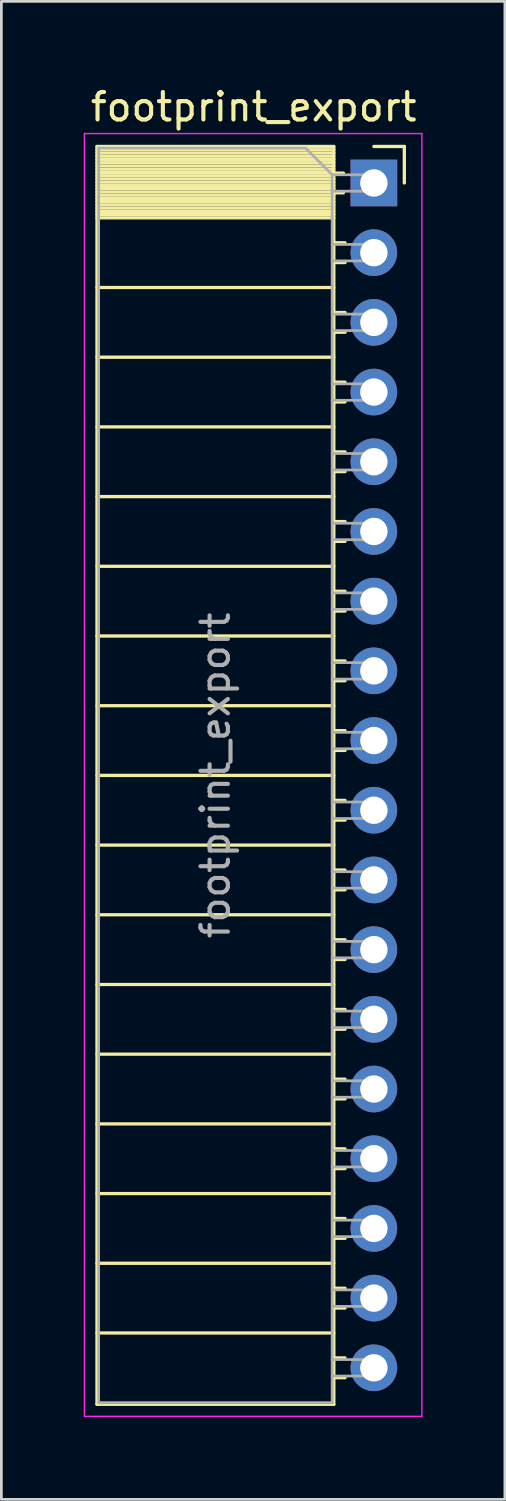
<source format=kicad_pcb>
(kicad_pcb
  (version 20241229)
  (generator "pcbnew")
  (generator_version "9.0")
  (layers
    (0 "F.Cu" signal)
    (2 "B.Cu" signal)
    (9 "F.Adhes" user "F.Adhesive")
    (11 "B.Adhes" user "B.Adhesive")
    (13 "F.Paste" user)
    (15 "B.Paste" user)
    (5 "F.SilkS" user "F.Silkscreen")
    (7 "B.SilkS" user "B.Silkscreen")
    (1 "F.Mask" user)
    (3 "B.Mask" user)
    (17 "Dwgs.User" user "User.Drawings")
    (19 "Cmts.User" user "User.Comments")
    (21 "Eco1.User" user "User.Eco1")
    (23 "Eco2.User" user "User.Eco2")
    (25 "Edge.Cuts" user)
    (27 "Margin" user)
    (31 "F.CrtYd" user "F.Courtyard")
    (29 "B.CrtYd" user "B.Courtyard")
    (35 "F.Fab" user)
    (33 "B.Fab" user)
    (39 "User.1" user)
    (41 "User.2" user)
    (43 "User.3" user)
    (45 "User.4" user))
  (footprint "footprint_export"
    (layer "F.Cu")
    (at 10.575 3.618)
    (property "Reference" "footprint_export" (at -4.38 -2.77 0) (layer "F.SilkS") (effects (font (size 1 1) (thickness 0.15))))
    (attr through_hole)
    (fp_line (start -10.09 -1.33) (end -10.09 44.51) (stroke (width 0.12) (type solid)) (layer "F.SilkS"))
    (fp_line (start -10.09 -1.33) (end -1.46 -1.33) (stroke (width 0.12) (type solid)) (layer "F.SilkS"))
    (fp_line (start -10.09 -1.21) (end -1.46 -1.21) (stroke (width 0.12) (type solid)) (layer "F.SilkS"))
    (fp_line (start -10.09 -1.092) (end -1.46 -1.092) (stroke (width 0.12) (type solid)) (layer "F.SilkS"))
    (fp_line (start -10.09 -0.974) (end -1.46 -0.974) (stroke (width 0.12) (type solid)) (layer "F.SilkS"))
    (fp_line (start -10.09 -0.856) (end -1.46 -0.856) (stroke (width 0.12) (type solid)) (layer "F.SilkS"))
    (fp_line (start -10.09 -0.738) (end -1.46 -0.738) (stroke (width 0.12) (type solid)) (layer "F.SilkS"))
    (fp_line (start -10.09 -0.62) (end -1.46 -0.62) (stroke (width 0.12) (type solid)) (layer "F.SilkS"))
    (fp_line (start -10.09 -0.501) (end -1.46 -0.501) (stroke (width 0.12) (type solid)) (layer "F.SilkS"))
    (fp_line (start -10.09 -0.383) (end -1.46 -0.383) (stroke (width 0.12) (type solid)) (layer "F.SilkS"))
    (fp_line (start -10.09 -0.265) (end -1.46 -0.265) (stroke (width 0.12) (type solid)) (layer "F.SilkS"))
    (fp_line (start -10.09 -0.147) (end -1.46 -0.147) (stroke (width 0.12) (type solid)) (layer "F.SilkS"))
    (fp_line (start -10.09 -0.029) (end -1.46 -0.029) (stroke (width 0.12) (type solid)) (layer "F.SilkS"))
    (fp_line (start -10.09 0.089) (end -1.46 0.089) (stroke (width 0.12) (type solid)) (layer "F.SilkS"))
    (fp_line (start -10.09 0.207) (end -1.46 0.207) (stroke (width 0.12) (type solid)) (layer "F.SilkS"))
    (fp_line (start -10.09 0.325) (end -1.46 0.325) (stroke (width 0.12) (type solid)) (layer "F.SilkS"))
    (fp_line (start -10.09 0.443) (end -1.46 0.443) (stroke (width 0.12) (type solid)) (layer "F.SilkS"))
    (fp_line (start -10.09 0.561) (end -1.46 0.561) (stroke (width 0.12) (type solid)) (layer "F.SilkS"))
    (fp_line (start -10.09 0.68) (end -1.46 0.68) (stroke (width 0.12) (type solid)) (layer "F.SilkS"))
    (fp_line (start -10.09 0.798) (end -1.46 0.798) (stroke (width 0.12) (type solid)) (layer "F.SilkS"))
    (fp_line (start -10.09 0.916) (end -1.46 0.916) (stroke (width 0.12) (type solid)) (layer "F.SilkS"))
    (fp_line (start -10.09 1.034) (end -1.46 1.034) (stroke (width 0.12) (type solid)) (layer "F.SilkS"))
    (fp_line (start -10.09 1.152) (end -1.46 1.152) (stroke (width 0.12) (type solid)) (layer "F.SilkS"))
    (fp_line (start -10.09 1.27) (end -1.46 1.27) (stroke (width 0.12) (type solid)) (layer "F.SilkS"))
    (fp_line (start -10.09 3.81) (end -1.46 3.81) (stroke (width 0.12) (type solid)) (layer "F.SilkS"))
    (fp_line (start -10.09 6.35) (end -1.46 6.35) (stroke (width 0.12) (type solid)) (layer "F.SilkS"))
    (fp_line (start -10.09 8.89) (end -1.46 8.89) (stroke (width 0.12) (type solid)) (layer "F.SilkS"))
    (fp_line (start -10.09 11.43) (end -1.46 11.43) (stroke (width 0.12) (type solid)) (layer "F.SilkS"))
    (fp_line (start -10.09 13.97) (end -1.46 13.97) (stroke (width 0.12) (type solid)) (layer "F.SilkS"))
    (fp_line (start -10.09 16.51) (end -1.46 16.51) (stroke (width 0.12) (type solid)) (layer "F.SilkS"))
    (fp_line (start -10.09 19.05) (end -1.46 19.05) (stroke (width 0.12) (type solid)) (layer "F.SilkS"))
    (fp_line (start -10.09 21.59) (end -1.46 21.59) (stroke (width 0.12) (type solid)) (layer "F.SilkS"))
    (fp_line (start -10.09 24.13) (end -1.46 24.13) (stroke (width 0.12) (type solid)) (layer "F.SilkS"))
    (fp_line (start -10.09 26.67) (end -1.46 26.67) (stroke (width 0.12) (type solid)) (layer "F.SilkS"))
    (fp_line (start -10.09 29.21) (end -1.46 29.21) (stroke (width 0.12) (type solid)) (layer "F.SilkS"))
    (fp_line (start -10.09 31.75) (end -1.46 31.75) (stroke (width 0.12) (type solid)) (layer "F.SilkS"))
    (fp_line (start -10.09 34.29) (end -1.46 34.29) (stroke (width 0.12) (type solid)) (layer "F.SilkS"))
    (fp_line (start -10.09 36.83) (end -1.46 36.83) (stroke (width 0.12) (type solid)) (layer "F.SilkS"))
    (fp_line (start -10.09 39.37) (end -1.46 39.37) (stroke (width 0.12) (type solid)) (layer "F.SilkS"))
    (fp_line (start -10.09 41.91) (end -1.46 41.91) (stroke (width 0.12) (type solid)) (layer "F.SilkS"))
    (fp_line (start -10.09 44.51) (end -1.46 44.51) (stroke (width 0.12) (type solid)) (layer "F.SilkS"))
    (fp_line (start -1.46 -1.33) (end -1.46 44.51) (stroke (width 0.12) (type solid)) (layer "F.SilkS"))
    (fp_line (start -1.46 -0.36) (end -1.11 -0.36) (stroke (width 0.12) (type solid)) (layer "F.SilkS"))
    (fp_line (start -1.46 0.36) (end -1.11 0.36) (stroke (width 0.12) (type solid)) (layer "F.SilkS"))
    (fp_line (start -1.46 2.18) (end -1.05 2.18) (stroke (width 0.12) (type solid)) (layer "F.SilkS"))
    (fp_line (start -1.46 2.9) (end -1.05 2.9) (stroke (width 0.12) (type solid)) (layer "F.SilkS"))
    (fp_line (start -1.46 4.72) (end -1.05 4.72) (stroke (width 0.12) (type solid)) (layer "F.SilkS"))
    (fp_line (start -1.46 5.44) (end -1.05 5.44) (stroke (width 0.12) (type solid)) (layer "F.SilkS"))
    (fp_line (start -1.46 7.26) (end -1.05 7.26) (stroke (width 0.12) (type solid)) (layer "F.SilkS"))
    (fp_line (start -1.46 7.98) (end -1.05 7.98) (stroke (width 0.12) (type solid)) (layer "F.SilkS"))
    (fp_line (start -1.46 9.8) (end -1.05 9.8) (stroke (width 0.12) (type solid)) (layer "F.SilkS"))
    (fp_line (start -1.46 10.52) (end -1.05 10.52) (stroke (width 0.12) (type solid)) (layer "F.SilkS"))
    (fp_line (start -1.46 12.34) (end -1.05 12.34) (stroke (width 0.12) (type solid)) (layer "F.SilkS"))
    (fp_line (start -1.46 13.06) (end -1.05 13.06) (stroke (width 0.12) (type solid)) (layer "F.SilkS"))
    (fp_line (start -1.46 14.88) (end -1.05 14.88) (stroke (width 0.12) (type solid)) (layer "F.SilkS"))
    (fp_line (start -1.46 15.6) (end -1.05 15.6) (stroke (width 0.12) (type solid)) (layer "F.SilkS"))
    (fp_line (start -1.46 17.42) (end -1.05 17.42) (stroke (width 0.12) (type solid)) (layer "F.SilkS"))
    (fp_line (start -1.46 18.14) (end -1.05 18.14) (stroke (width 0.12) (type solid)) (layer "F.SilkS"))
    (fp_line (start -1.46 19.96) (end -1.05 19.96) (stroke (width 0.12) (type solid)) (layer "F.SilkS"))
    (fp_line (start -1.46 20.68) (end -1.05 20.68) (stroke (width 0.12) (type solid)) (layer "F.SilkS"))
    (fp_line (start -1.46 22.5) (end -1.05 22.5) (stroke (width 0.12) (type solid)) (layer "F.SilkS"))
    (fp_line (start -1.46 23.22) (end -1.05 23.22) (stroke (width 0.12) (type solid)) (layer "F.SilkS"))
    (fp_line (start -1.46 25.04) (end -1.05 25.04) (stroke (width 0.12) (type solid)) (layer "F.SilkS"))
    (fp_line (start -1.46 25.76) (end -1.05 25.76) (stroke (width 0.12) (type solid)) (layer "F.SilkS"))
    (fp_line (start -1.46 27.58) (end -1.05 27.58) (stroke (width 0.12) (type solid)) (layer "F.SilkS"))
    (fp_line (start -1.46 28.3) (end -1.05 28.3) (stroke (width 0.12) (type solid)) (layer "F.SilkS"))
    (fp_line (start -1.46 30.12) (end -1.05 30.12) (stroke (width 0.12) (type solid)) (layer "F.SilkS"))
    (fp_line (start -1.46 30.84) (end -1.05 30.84) (stroke (width 0.12) (type solid)) (layer "F.SilkS"))
    (fp_line (start -1.46 32.66) (end -1.05 32.66) (stroke (width 0.12) (type solid)) (layer "F.SilkS"))
    (fp_line (start -1.46 33.38) (end -1.05 33.38) (stroke (width 0.12) (type solid)) (layer "F.SilkS"))
    (fp_line (start -1.46 35.2) (end -1.05 35.2) (stroke (width 0.12) (type solid)) (layer "F.SilkS"))
    (fp_line (start -1.46 35.92) (end -1.05 35.92) (stroke (width 0.12) (type solid)) (layer "F.SilkS"))
    (fp_line (start -1.46 37.74) (end -1.05 37.74) (stroke (width 0.12) (type solid)) (layer "F.SilkS"))
    (fp_line (start -1.46 38.46) (end -1.05 38.46) (stroke (width 0.12) (type solid)) (layer "F.SilkS"))
    (fp_line (start -1.46 40.28) (end -1.05 40.28) (stroke (width 0.12) (type solid)) (layer "F.SilkS"))
    (fp_line (start -1.46 41) (end -1.05 41) (stroke (width 0.12) (type solid)) (layer "F.SilkS"))
    (fp_line (start -1.46 42.82) (end -1.05 42.82) (stroke (width 0.12) (type solid)) (layer "F.SilkS"))
    (fp_line (start -1.46 43.54) (end -1.05 43.54) (stroke (width 0.12) (type solid)) (layer "F.SilkS"))
    (fp_line (start 0 -1.33) (end 1.11 -1.33) (stroke (width 0.12) (type solid)) (layer "F.SilkS"))
    (fp_line (start 1.11 -1.33) (end 1.11 0) (stroke (width 0.12) (type solid)) (layer "F.SilkS"))
    (fp_line (start -10.55 -1.8) (end -10.55 44.95) (stroke (width 0.05) (type solid)) (layer "F.CrtYd"))
    (fp_line (start -10.55 44.95) (end 1.75 44.95) (stroke (width 0.05) (type solid)) (layer "F.CrtYd"))
    (fp_line (start 1.75 -1.8) (end -10.55 -1.8) (stroke (width 0.05) (type solid)) (layer "F.CrtYd"))
    (fp_line (start 1.75 44.95) (end 1.75 -1.8) (stroke (width 0.05) (type solid)) (layer "F.CrtYd"))
    (fp_line (start -10.03 -1.27) (end -2.49 -1.27) (stroke (width 0.1) (type solid)) (layer "F.Fab"))
    (fp_line (start -10.03 44.45) (end -10.03 -1.27) (stroke (width 0.1) (type solid)) (layer "F.Fab"))
    (fp_line (start -2.49 -1.27) (end -1.52 -0.3) (stroke (width 0.1) (type solid)) (layer "F.Fab"))
    (fp_line (start -1.52 -0.3) (end -1.52 44.45) (stroke (width 0.1) (type solid)) (layer "F.Fab"))
    (fp_line (start -1.52 0.3) (end 0 0.3) (stroke (width 0.1) (type solid)) (layer "F.Fab"))
    (fp_line (start -1.52 2.84) (end 0 2.84) (stroke (width 0.1) (type solid)) (layer "F.Fab"))
    (fp_line (start -1.52 5.38) (end 0 5.38) (stroke (width 0.1) (type solid)) (layer "F.Fab"))
    (fp_line (start -1.52 7.92) (end 0 7.92) (stroke (width 0.1) (type solid)) (layer "F.Fab"))
    (fp_line (start -1.52 10.46) (end 0 10.46) (stroke (width 0.1) (type solid)) (layer "F.Fab"))
    (fp_line (start -1.52 13) (end 0 13) (stroke (width 0.1) (type solid)) (layer "F.Fab"))
    (fp_line (start -1.52 15.54) (end 0 15.54) (stroke (width 0.1) (type solid)) (layer "F.Fab"))
    (fp_line (start -1.52 18.08) (end 0 18.08) (stroke (width 0.1) (type solid)) (layer "F.Fab"))
    (fp_line (start -1.52 20.62) (end 0 20.62) (stroke (width 0.1) (type solid)) (layer "F.Fab"))
    (fp_line (start -1.52 23.16) (end 0 23.16) (stroke (width 0.1) (type solid)) (layer "F.Fab"))
    (fp_line (start -1.52 25.7) (end 0 25.7) (stroke (width 0.1) (type solid)) (layer "F.Fab"))
    (fp_line (start -1.52 28.24) (end 0 28.24) (stroke (width 0.1) (type solid)) (layer "F.Fab"))
    (fp_line (start -1.52 30.78) (end 0 30.78) (stroke (width 0.1) (type solid)) (layer "F.Fab"))
    (fp_line (start -1.52 33.32) (end 0 33.32) (stroke (width 0.1) (type solid)) (layer "F.Fab"))
    (fp_line (start -1.52 35.86) (end 0 35.86) (stroke (width 0.1) (type solid)) (layer "F.Fab"))
    (fp_line (start -1.52 38.4) (end 0 38.4) (stroke (width 0.1) (type solid)) (layer "F.Fab"))
    (fp_line (start -1.52 40.94) (end 0 40.94) (stroke (width 0.1) (type solid)) (layer "F.Fab"))
    (fp_line (start -1.52 43.48) (end 0 43.48) (stroke (width 0.1) (type solid)) (layer "F.Fab"))
    (fp_line (start -1.52 44.45) (end -10.03 44.45) (stroke (width 0.1) (type solid)) (layer "F.Fab"))
    (fp_line (start 0 -0.3) (end -1.52 -0.3) (stroke (width 0.1) (type solid)) (layer "F.Fab"))
    (fp_line (start 0 0.3) (end 0 -0.3) (stroke (width 0.1) (type solid)) (layer "F.Fab"))
    (fp_line (start 0 2.24) (end -1.52 2.24) (stroke (width 0.1) (type solid)) (layer "F.Fab"))
    (fp_line (start 0 2.84) (end 0 2.24) (stroke (width 0.1) (type solid)) (layer "F.Fab"))
    (fp_line (start 0 4.78) (end -1.52 4.78) (stroke (width 0.1) (type solid)) (layer "F.Fab"))
    (fp_line (start 0 5.38) (end 0 4.78) (stroke (width 0.1) (type solid)) (layer "F.Fab"))
    (fp_line (start 0 7.32) (end -1.52 7.32) (stroke (width 0.1) (type solid)) (layer "F.Fab"))
    (fp_line (start 0 7.92) (end 0 7.32) (stroke (width 0.1) (type solid)) (layer "F.Fab"))
    (fp_line (start 0 9.86) (end -1.52 9.86) (stroke (width 0.1) (type solid)) (layer "F.Fab"))
    (fp_line (start 0 10.46) (end 0 9.86) (stroke (width 0.1) (type solid)) (layer "F.Fab"))
    (fp_line (start 0 12.4) (end -1.52 12.4) (stroke (width 0.1) (type solid)) (layer "F.Fab"))
    (fp_line (start 0 13) (end 0 12.4) (stroke (width 0.1) (type solid)) (layer "F.Fab"))
    (fp_line (start 0 14.94) (end -1.52 14.94) (stroke (width 0.1) (type solid)) (layer "F.Fab"))
    (fp_line (start 0 15.54) (end 0 14.94) (stroke (width 0.1) (type solid)) (layer "F.Fab"))
    (fp_line (start 0 17.48) (end -1.52 17.48) (stroke (width 0.1) (type solid)) (layer "F.Fab"))
    (fp_line (start 0 18.08) (end 0 17.48) (stroke (width 0.1) (type solid)) (layer "F.Fab"))
    (fp_line (start 0 20.02) (end -1.52 20.02) (stroke (width 0.1) (type solid)) (layer "F.Fab"))
    (fp_line (start 0 20.62) (end 0 20.02) (stroke (width 0.1) (type solid)) (layer "F.Fab"))
    (fp_line (start 0 22.56) (end -1.52 22.56) (stroke (width 0.1) (type solid)) (layer "F.Fab"))
    (fp_line (start 0 23.16) (end 0 22.56) (stroke (width 0.1) (type solid)) (layer "F.Fab"))
    (fp_line (start 0 25.1) (end -1.52 25.1) (stroke (width 0.1) (type solid)) (layer "F.Fab"))
    (fp_line (start 0 25.7) (end 0 25.1) (stroke (width 0.1) (type solid)) (layer "F.Fab"))
    (fp_line (start 0 27.64) (end -1.52 27.64) (stroke (width 0.1) (type solid)) (layer "F.Fab"))
    (fp_line (start 0 28.24) (end 0 27.64) (stroke (width 0.1) (type solid)) (layer "F.Fab"))
    (fp_line (start 0 30.18) (end -1.52 30.18) (stroke (width 0.1) (type solid)) (layer "F.Fab"))
    (fp_line (start 0 30.78) (end 0 30.18) (stroke (width 0.1) (type solid)) (layer "F.Fab"))
    (fp_line (start 0 32.72) (end -1.52 32.72) (stroke (width 0.1) (type solid)) (layer "F.Fab"))
    (fp_line (start 0 33.32) (end 0 32.72) (stroke (width 0.1) (type solid)) (layer "F.Fab"))
    (fp_line (start 0 35.26) (end -1.52 35.26) (stroke (width 0.1) (type solid)) (layer "F.Fab"))
    (fp_line (start 0 35.86) (end 0 35.26) (stroke (width 0.1) (type solid)) (layer "F.Fab"))
    (fp_line (start 0 37.8) (end -1.52 37.8) (stroke (width 0.1) (type solid)) (layer "F.Fab"))
    (fp_line (start 0 38.4) (end 0 37.8) (stroke (width 0.1) (type solid)) (layer "F.Fab"))
    (fp_line (start 0 40.34) (end -1.52 40.34) (stroke (width 0.1) (type solid)) (layer "F.Fab"))
    (fp_line (start 0 40.94) (end 0 40.34) (stroke (width 0.1) (type solid)) (layer "F.Fab"))
    (fp_line (start 0 42.88) (end -1.52 42.88) (stroke (width 0.1) (type solid)) (layer "F.Fab"))
    (fp_line (start 0 43.48) (end 0 42.88) (stroke (width 0.1) (type solid)) (layer "F.Fab"))
    (fp_text user "${REFERENCE}" (at -5.775 21.59 90) (layer "F.Fab") (effects (font (size 1 1) (thickness 0.15))))
    (pad "1" thru_hole rect (at 0 0) (size 1.7 1.7) (drill 1) (layers "*.Cu" "*.Mask"))
    (pad "2" thru_hole oval (at 0 2.54) (size 1.7 1.7) (drill 1) (layers "*.Cu" "*.Mask"))
    (pad "3" thru_hole oval (at 0 5.08) (size 1.7 1.7) (drill 1) (layers "*.Cu" "*.Mask"))
    (pad "4" thru_hole oval (at 0 7.62) (size 1.7 1.7) (drill 1) (layers "*.Cu" "*.Mask"))
    (pad "5" thru_hole oval (at 0 10.16) (size 1.7 1.7) (drill 1) (layers "*.Cu" "*.Mask"))
    (pad "6" thru_hole oval (at 0 12.7) (size 1.7 1.7) (drill 1) (layers "*.Cu" "*.Mask"))
    (pad "7" thru_hole oval (at 0 15.24) (size 1.7 1.7) (drill 1) (layers "*.Cu" "*.Mask"))
    (pad "8" thru_hole oval (at 0 17.78) (size 1.7 1.7) (drill 1) (layers "*.Cu" "*.Mask"))
    (pad "9" thru_hole oval (at 0 20.32) (size 1.7 1.7) (drill 1) (layers "*.Cu" "*.Mask"))
    (pad "10" thru_hole oval (at 0 22.86) (size 1.7 1.7) (drill 1) (layers "*.Cu" "*.Mask"))
    (pad "11" thru_hole oval (at 0 25.4) (size 1.7 1.7) (drill 1) (layers "*.Cu" "*.Mask"))
    (pad "12" thru_hole oval (at 0 27.94) (size 1.7 1.7) (drill 1) (layers "*.Cu" "*.Mask"))
    (pad "13" thru_hole oval (at 0 30.48) (size 1.7 1.7) (drill 1) (layers "*.Cu" "*.Mask"))
    (pad "14" thru_hole oval (at 0 33.02) (size 1.7 1.7) (drill 1) (layers "*.Cu" "*.Mask"))
    (pad "15" thru_hole oval (at 0 35.56) (size 1.7 1.7) (drill 1) (layers "*.Cu" "*.Mask"))
    (pad "16" thru_hole oval (at 0 38.1) (size 1.7 1.7) (drill 1) (layers "*.Cu" "*.Mask"))
    (pad "17" thru_hole oval (at 0 40.64) (size 1.7 1.7) (drill 1) (layers "*.Cu" "*.Mask"))
    (pad "18" thru_hole oval (at 0 43.18) (size 1.7 1.7) (drill 1) (layers "*.Cu" "*.Mask")))
  (gr_rect
    (start -3 -3)
    (end 15.35 51.593)
    (stroke (width 0.1) (type default))
    (fill no)
    (layer "Edge.Cuts")))
</source>
